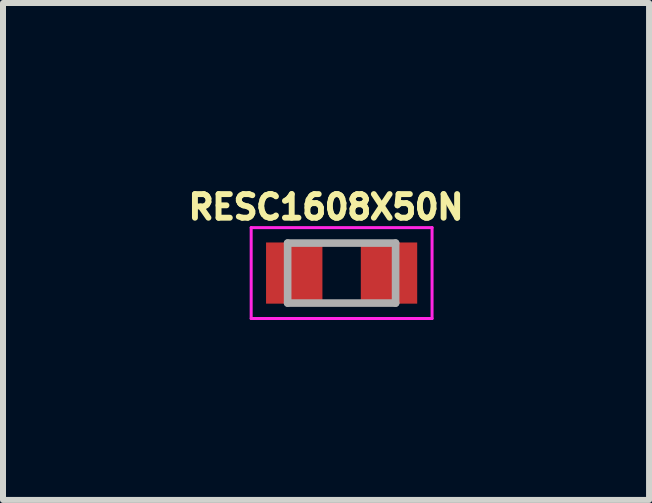
<source format=kicad_pcb>
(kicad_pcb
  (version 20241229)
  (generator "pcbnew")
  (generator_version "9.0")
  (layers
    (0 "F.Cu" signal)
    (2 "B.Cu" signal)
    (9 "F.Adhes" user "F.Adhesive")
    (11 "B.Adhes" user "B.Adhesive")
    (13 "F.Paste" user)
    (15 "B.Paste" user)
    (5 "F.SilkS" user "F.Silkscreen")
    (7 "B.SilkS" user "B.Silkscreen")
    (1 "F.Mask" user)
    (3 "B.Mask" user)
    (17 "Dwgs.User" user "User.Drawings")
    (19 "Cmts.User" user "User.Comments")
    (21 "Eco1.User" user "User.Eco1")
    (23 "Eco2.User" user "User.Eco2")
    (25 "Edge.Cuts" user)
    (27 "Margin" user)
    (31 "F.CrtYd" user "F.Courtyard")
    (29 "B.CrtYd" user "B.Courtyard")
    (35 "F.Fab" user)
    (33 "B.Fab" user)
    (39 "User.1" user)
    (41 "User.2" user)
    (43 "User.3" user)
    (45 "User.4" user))
  (footprint "RESC1608X50N"
    (layer "F.Cu")
    (at 2.646 1.503)
    (property "Reference" "RESC1608X50N" (at -0.26 -1.1 0) (layer "F.SilkS") (effects (font (size 0.394 0.394) (thickness 0.15))))
    (attr smd)
    (fp_line (start -1.508 -0.758) (end 1.508 -0.758) (stroke (width 0.05) (type solid)) (layer "F.CrtYd"))
    (fp_line (start -1.508 0.758) (end -1.508 -0.758) (stroke (width 0.05) (type solid)) (layer "F.CrtYd"))
    (fp_line (start -1.508 0.758) (end 1.508 0.758) (stroke (width 0.05) (type solid)) (layer "F.CrtYd"))
    (fp_line (start 1.508 0.758) (end 1.508 -0.758) (stroke (width 0.05) (type solid)) (layer "F.CrtYd"))
    (fp_line (start -0.9 0.5) (end -0.9 -0.5) (stroke (width 0.127) (type solid)) (layer "F.Fab"))
    (fp_line (start 0.9 -0.5) (end -0.9 -0.5) (stroke (width 0.127) (type solid)) (layer "F.Fab"))
    (fp_line (start 0.9 0.5) (end -0.9 0.5) (stroke (width 0.127) (type solid)) (layer "F.Fab"))
    (fp_line (start 0.9 0.5) (end 0.9 -0.5) (stroke (width 0.127) (type solid)) (layer "F.Fab"))
    (pad "1" smd rect (at -0.79 0) (size 0.94 1.02) (layers "F.Cu" "F.Mask" "F.Paste"))
    (pad "2" smd rect (at 0.79 0) (size 0.94 1.02) (layers "F.Cu" "F.Mask" "F.Paste")))
  (gr_rect
    (start -3 -3)
    (end 7.772 5.286)
    (stroke (width 0.1) (type default))
    (fill no)
    (layer "Edge.Cuts")))
</source>
